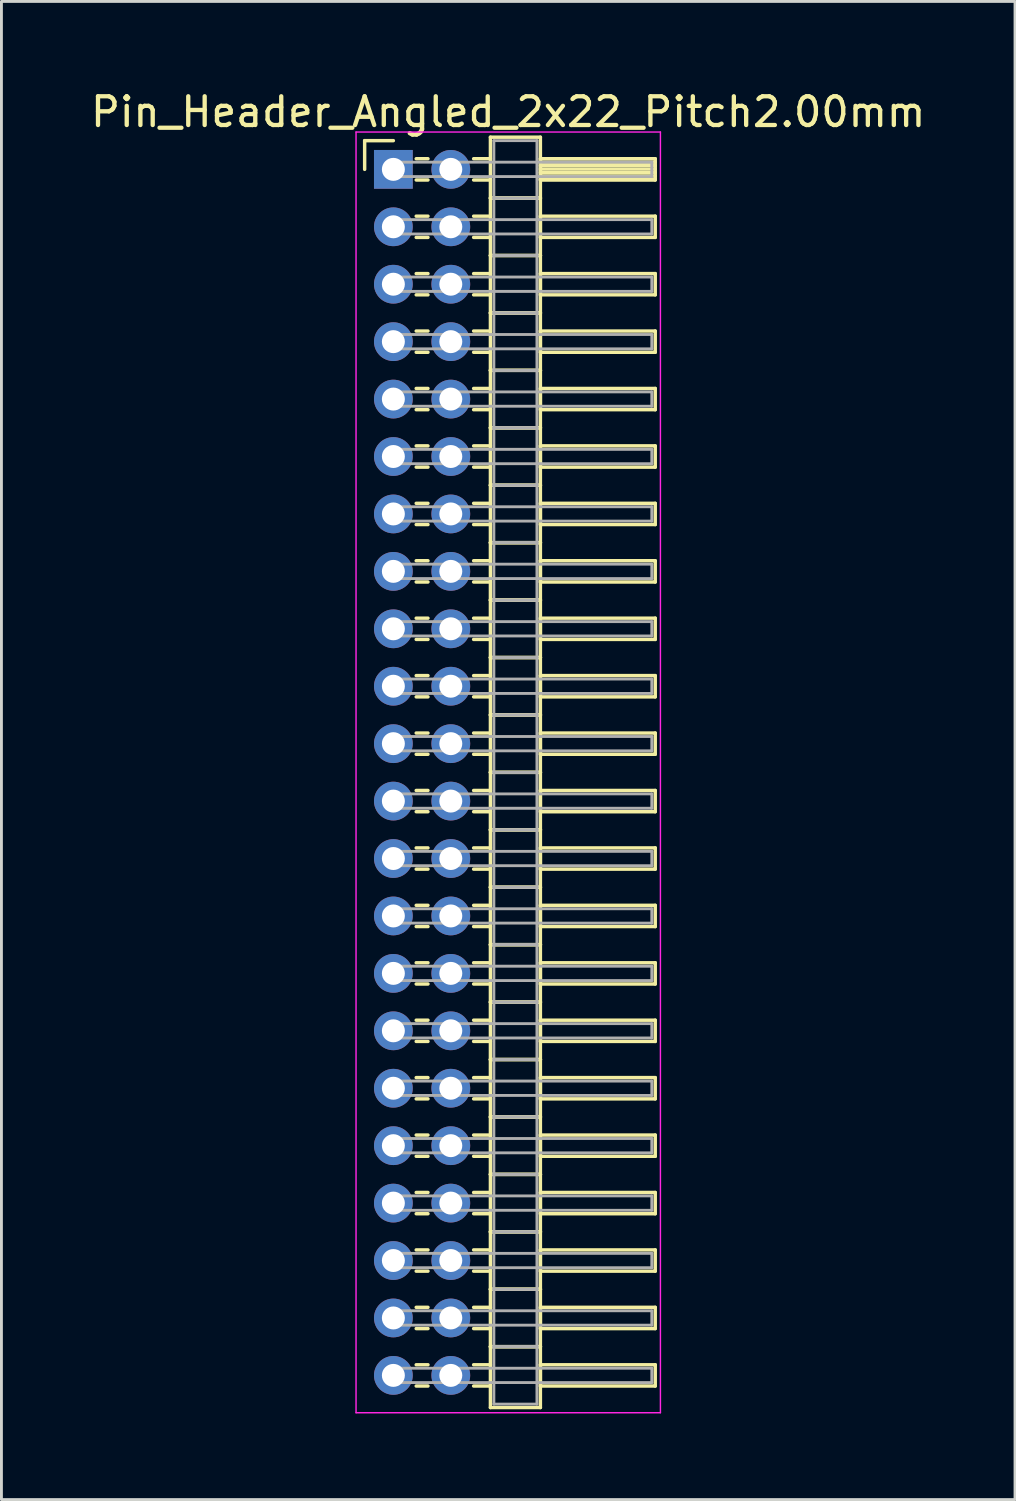
<source format=kicad_pcb>
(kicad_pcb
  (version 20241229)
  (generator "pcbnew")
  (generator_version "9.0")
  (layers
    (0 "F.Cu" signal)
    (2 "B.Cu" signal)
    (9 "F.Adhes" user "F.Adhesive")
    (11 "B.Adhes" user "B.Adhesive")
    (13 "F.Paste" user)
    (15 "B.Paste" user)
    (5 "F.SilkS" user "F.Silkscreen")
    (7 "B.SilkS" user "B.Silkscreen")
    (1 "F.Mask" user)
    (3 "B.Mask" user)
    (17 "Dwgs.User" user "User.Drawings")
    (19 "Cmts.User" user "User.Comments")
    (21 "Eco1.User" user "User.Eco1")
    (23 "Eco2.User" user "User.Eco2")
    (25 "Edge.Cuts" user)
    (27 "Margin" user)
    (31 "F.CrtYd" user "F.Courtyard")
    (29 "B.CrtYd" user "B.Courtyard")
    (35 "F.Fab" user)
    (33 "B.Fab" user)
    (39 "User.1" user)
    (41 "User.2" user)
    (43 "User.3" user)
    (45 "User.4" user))
  (footprint "Pin_Header_Angled_2x22_Pitch2.00mm"
    (layer "F.Cu")
    (at 10.649 2.848)
    (property "Reference" "Pin_Header_Angled_2x22_Pitch2.00mm" (at 4 -2 0) (layer "F.SilkS") (effects (font (size 1 1) (thickness 0.15))))
    (attr through_hole)
    (fp_line (start -1 -1) (end 0 -1) (stroke (width 0.12) (type solid)) (layer "F.SilkS"))
    (fp_line (start -1 0) (end -1 -1) (stroke (width 0.12) (type solid)) (layer "F.SilkS"))
    (fp_line (start 0.795 -0.37) (end 1.205 -0.37) (stroke (width 0.12) (type solid)) (layer "F.SilkS"))
    (fp_line (start 0.795 0.37) (end 1.205 0.37) (stroke (width 0.12) (type solid)) (layer "F.SilkS"))
    (fp_line (start 0.795 1.63) (end 1.205 1.63) (stroke (width 0.12) (type solid)) (layer "F.SilkS"))
    (fp_line (start 0.795 2.37) (end 1.205 2.37) (stroke (width 0.12) (type solid)) (layer "F.SilkS"))
    (fp_line (start 0.795 3.63) (end 1.205 3.63) (stroke (width 0.12) (type solid)) (layer "F.SilkS"))
    (fp_line (start 0.795 4.37) (end 1.205 4.37) (stroke (width 0.12) (type solid)) (layer "F.SilkS"))
    (fp_line (start 0.795 5.63) (end 1.205 5.63) (stroke (width 0.12) (type solid)) (layer "F.SilkS"))
    (fp_line (start 0.795 6.37) (end 1.205 6.37) (stroke (width 0.12) (type solid)) (layer "F.SilkS"))
    (fp_line (start 0.795 7.63) (end 1.205 7.63) (stroke (width 0.12) (type solid)) (layer "F.SilkS"))
    (fp_line (start 0.795 8.37) (end 1.205 8.37) (stroke (width 0.12) (type solid)) (layer "F.SilkS"))
    (fp_line (start 0.795 9.63) (end 1.205 9.63) (stroke (width 0.12) (type solid)) (layer "F.SilkS"))
    (fp_line (start 0.795 10.37) (end 1.205 10.37) (stroke (width 0.12) (type solid)) (layer "F.SilkS"))
    (fp_line (start 0.795 11.63) (end 1.205 11.63) (stroke (width 0.12) (type solid)) (layer "F.SilkS"))
    (fp_line (start 0.795 12.37) (end 1.205 12.37) (stroke (width 0.12) (type solid)) (layer "F.SilkS"))
    (fp_line (start 0.795 13.63) (end 1.205 13.63) (stroke (width 0.12) (type solid)) (layer "F.SilkS"))
    (fp_line (start 0.795 14.37) (end 1.205 14.37) (stroke (width 0.12) (type solid)) (layer "F.SilkS"))
    (fp_line (start 0.795 15.63) (end 1.205 15.63) (stroke (width 0.12) (type solid)) (layer "F.SilkS"))
    (fp_line (start 0.795 16.37) (end 1.205 16.37) (stroke (width 0.12) (type solid)) (layer "F.SilkS"))
    (fp_line (start 0.795 17.63) (end 1.205 17.63) (stroke (width 0.12) (type solid)) (layer "F.SilkS"))
    (fp_line (start 0.795 18.37) (end 1.205 18.37) (stroke (width 0.12) (type solid)) (layer "F.SilkS"))
    (fp_line (start 0.795 19.63) (end 1.205 19.63) (stroke (width 0.12) (type solid)) (layer "F.SilkS"))
    (fp_line (start 0.795 20.37) (end 1.205 20.37) (stroke (width 0.12) (type solid)) (layer "F.SilkS"))
    (fp_line (start 0.795 21.63) (end 1.205 21.63) (stroke (width 0.12) (type solid)) (layer "F.SilkS"))
    (fp_line (start 0.795 22.37) (end 1.205 22.37) (stroke (width 0.12) (type solid)) (layer "F.SilkS"))
    (fp_line (start 0.795 23.63) (end 1.205 23.63) (stroke (width 0.12) (type solid)) (layer "F.SilkS"))
    (fp_line (start 0.795 24.37) (end 1.205 24.37) (stroke (width 0.12) (type solid)) (layer "F.SilkS"))
    (fp_line (start 0.795 25.63) (end 1.205 25.63) (stroke (width 0.12) (type solid)) (layer "F.SilkS"))
    (fp_line (start 0.795 26.37) (end 1.205 26.37) (stroke (width 0.12) (type solid)) (layer "F.SilkS"))
    (fp_line (start 0.795 27.63) (end 1.205 27.63) (stroke (width 0.12) (type solid)) (layer "F.SilkS"))
    (fp_line (start 0.795 28.37) (end 1.205 28.37) (stroke (width 0.12) (type solid)) (layer "F.SilkS"))
    (fp_line (start 0.795 29.63) (end 1.205 29.63) (stroke (width 0.12) (type solid)) (layer "F.SilkS"))
    (fp_line (start 0.795 30.37) (end 1.205 30.37) (stroke (width 0.12) (type solid)) (layer "F.SilkS"))
    (fp_line (start 0.795 31.63) (end 1.205 31.63) (stroke (width 0.12) (type solid)) (layer "F.SilkS"))
    (fp_line (start 0.795 32.37) (end 1.205 32.37) (stroke (width 0.12) (type solid)) (layer "F.SilkS"))
    (fp_line (start 0.795 33.63) (end 1.205 33.63) (stroke (width 0.12) (type solid)) (layer "F.SilkS"))
    (fp_line (start 0.795 34.37) (end 1.205 34.37) (stroke (width 0.12) (type solid)) (layer "F.SilkS"))
    (fp_line (start 0.795 35.63) (end 1.205 35.63) (stroke (width 0.12) (type solid)) (layer "F.SilkS"))
    (fp_line (start 0.795 36.37) (end 1.205 36.37) (stroke (width 0.12) (type solid)) (layer "F.SilkS"))
    (fp_line (start 0.795 37.63) (end 1.205 37.63) (stroke (width 0.12) (type solid)) (layer "F.SilkS"))
    (fp_line (start 0.795 38.37) (end 1.205 38.37) (stroke (width 0.12) (type solid)) (layer "F.SilkS"))
    (fp_line (start 0.795 39.63) (end 1.205 39.63) (stroke (width 0.12) (type solid)) (layer "F.SilkS"))
    (fp_line (start 0.795 40.37) (end 1.205 40.37) (stroke (width 0.12) (type solid)) (layer "F.SilkS"))
    (fp_line (start 0.795 41.63) (end 1.205 41.63) (stroke (width 0.12) (type solid)) (layer "F.SilkS"))
    (fp_line (start 0.795 42.37) (end 1.205 42.37) (stroke (width 0.12) (type solid)) (layer "F.SilkS"))
    (fp_line (start 2.795 -0.37) (end 3.38 -0.37) (stroke (width 0.12) (type solid)) (layer "F.SilkS"))
    (fp_line (start 2.795 0.37) (end 3.38 0.37) (stroke (width 0.12) (type solid)) (layer "F.SilkS"))
    (fp_line (start 2.795 1.63) (end 3.38 1.63) (stroke (width 0.12) (type solid)) (layer "F.SilkS"))
    (fp_line (start 2.795 2.37) (end 3.38 2.37) (stroke (width 0.12) (type solid)) (layer "F.SilkS"))
    (fp_line (start 2.795 3.63) (end 3.38 3.63) (stroke (width 0.12) (type solid)) (layer "F.SilkS"))
    (fp_line (start 2.795 4.37) (end 3.38 4.37) (stroke (width 0.12) (type solid)) (layer "F.SilkS"))
    (fp_line (start 2.795 5.63) (end 3.38 5.63) (stroke (width 0.12) (type solid)) (layer "F.SilkS"))
    (fp_line (start 2.795 6.37) (end 3.38 6.37) (stroke (width 0.12) (type solid)) (layer "F.SilkS"))
    (fp_line (start 2.795 7.63) (end 3.38 7.63) (stroke (width 0.12) (type solid)) (layer "F.SilkS"))
    (fp_line (start 2.795 8.37) (end 3.38 8.37) (stroke (width 0.12) (type solid)) (layer "F.SilkS"))
    (fp_line (start 2.795 9.63) (end 3.38 9.63) (stroke (width 0.12) (type solid)) (layer "F.SilkS"))
    (fp_line (start 2.795 10.37) (end 3.38 10.37) (stroke (width 0.12) (type solid)) (layer "F.SilkS"))
    (fp_line (start 2.795 11.63) (end 3.38 11.63) (stroke (width 0.12) (type solid)) (layer "F.SilkS"))
    (fp_line (start 2.795 12.37) (end 3.38 12.37) (stroke (width 0.12) (type solid)) (layer "F.SilkS"))
    (fp_line (start 2.795 13.63) (end 3.38 13.63) (stroke (width 0.12) (type solid)) (layer "F.SilkS"))
    (fp_line (start 2.795 14.37) (end 3.38 14.37) (stroke (width 0.12) (type solid)) (layer "F.SilkS"))
    (fp_line (start 2.795 15.63) (end 3.38 15.63) (stroke (width 0.12) (type solid)) (layer "F.SilkS"))
    (fp_line (start 2.795 16.37) (end 3.38 16.37) (stroke (width 0.12) (type solid)) (layer "F.SilkS"))
    (fp_line (start 2.795 17.63) (end 3.38 17.63) (stroke (width 0.12) (type solid)) (layer "F.SilkS"))
    (fp_line (start 2.795 18.37) (end 3.38 18.37) (stroke (width 0.12) (type solid)) (layer "F.SilkS"))
    (fp_line (start 2.795 19.63) (end 3.38 19.63) (stroke (width 0.12) (type solid)) (layer "F.SilkS"))
    (fp_line (start 2.795 20.37) (end 3.38 20.37) (stroke (width 0.12) (type solid)) (layer "F.SilkS"))
    (fp_line (start 2.795 21.63) (end 3.38 21.63) (stroke (width 0.12) (type solid)) (layer "F.SilkS"))
    (fp_line (start 2.795 22.37) (end 3.38 22.37) (stroke (width 0.12) (type solid)) (layer "F.SilkS"))
    (fp_line (start 2.795 23.63) (end 3.38 23.63) (stroke (width 0.12) (type solid)) (layer "F.SilkS"))
    (fp_line (start 2.795 24.37) (end 3.38 24.37) (stroke (width 0.12) (type solid)) (layer "F.SilkS"))
    (fp_line (start 2.795 25.63) (end 3.38 25.63) (stroke (width 0.12) (type solid)) (layer "F.SilkS"))
    (fp_line (start 2.795 26.37) (end 3.38 26.37) (stroke (width 0.12) (type solid)) (layer "F.SilkS"))
    (fp_line (start 2.795 27.63) (end 3.38 27.63) (stroke (width 0.12) (type solid)) (layer "F.SilkS"))
    (fp_line (start 2.795 28.37) (end 3.38 28.37) (stroke (width 0.12) (type solid)) (layer "F.SilkS"))
    (fp_line (start 2.795 29.63) (end 3.38 29.63) (stroke (width 0.12) (type solid)) (layer "F.SilkS"))
    (fp_line (start 2.795 30.37) (end 3.38 30.37) (stroke (width 0.12) (type solid)) (layer "F.SilkS"))
    (fp_line (start 2.795 31.63) (end 3.38 31.63) (stroke (width 0.12) (type solid)) (layer "F.SilkS"))
    (fp_line (start 2.795 32.37) (end 3.38 32.37) (stroke (width 0.12) (type solid)) (layer "F.SilkS"))
    (fp_line (start 2.795 33.63) (end 3.38 33.63) (stroke (width 0.12) (type solid)) (layer "F.SilkS"))
    (fp_line (start 2.795 34.37) (end 3.38 34.37) (stroke (width 0.12) (type solid)) (layer "F.SilkS"))
    (fp_line (start 2.795 35.63) (end 3.38 35.63) (stroke (width 0.12) (type solid)) (layer "F.SilkS"))
    (fp_line (start 2.795 36.37) (end 3.38 36.37) (stroke (width 0.12) (type solid)) (layer "F.SilkS"))
    (fp_line (start 2.795 37.63) (end 3.38 37.63) (stroke (width 0.12) (type solid)) (layer "F.SilkS"))
    (fp_line (start 2.795 38.37) (end 3.38 38.37) (stroke (width 0.12) (type solid)) (layer "F.SilkS"))
    (fp_line (start 2.795 39.63) (end 3.38 39.63) (stroke (width 0.12) (type solid)) (layer "F.SilkS"))
    (fp_line (start 2.795 40.37) (end 3.38 40.37) (stroke (width 0.12) (type solid)) (layer "F.SilkS"))
    (fp_line (start 2.795 41.63) (end 3.38 41.63) (stroke (width 0.12) (type solid)) (layer "F.SilkS"))
    (fp_line (start 2.795 42.37) (end 3.38 42.37) (stroke (width 0.12) (type solid)) (layer "F.SilkS"))
    (fp_line (start 3.38 -1.12) (end 3.38 1) (stroke (width 0.12) (type solid)) (layer "F.SilkS"))
    (fp_line (start 3.38 1) (end 3.38 3) (stroke (width 0.12) (type solid)) (layer "F.SilkS"))
    (fp_line (start 3.38 1) (end 5.12 1) (stroke (width 0.12) (type solid)) (layer "F.SilkS"))
    (fp_line (start 3.38 3) (end 3.38 5) (stroke (width 0.12) (type solid)) (layer "F.SilkS"))
    (fp_line (start 3.38 3) (end 5.12 3) (stroke (width 0.12) (type solid)) (layer "F.SilkS"))
    (fp_line (start 3.38 5) (end 3.38 7) (stroke (width 0.12) (type solid)) (layer "F.SilkS"))
    (fp_line (start 3.38 5) (end 5.12 5) (stroke (width 0.12) (type solid)) (layer "F.SilkS"))
    (fp_line (start 3.38 7) (end 3.38 9) (stroke (width 0.12) (type solid)) (layer "F.SilkS"))
    (fp_line (start 3.38 7) (end 5.12 7) (stroke (width 0.12) (type solid)) (layer "F.SilkS"))
    (fp_line (start 3.38 9) (end 3.38 11) (stroke (width 0.12) (type solid)) (layer "F.SilkS"))
    (fp_line (start 3.38 9) (end 5.12 9) (stroke (width 0.12) (type solid)) (layer "F.SilkS"))
    (fp_line (start 3.38 11) (end 3.38 13) (stroke (width 0.12) (type solid)) (layer "F.SilkS"))
    (fp_line (start 3.38 11) (end 5.12 11) (stroke (width 0.12) (type solid)) (layer "F.SilkS"))
    (fp_line (start 3.38 13) (end 3.38 15) (stroke (width 0.12) (type solid)) (layer "F.SilkS"))
    (fp_line (start 3.38 13) (end 5.12 13) (stroke (width 0.12) (type solid)) (layer "F.SilkS"))
    (fp_line (start 3.38 15) (end 3.38 17) (stroke (width 0.12) (type solid)) (layer "F.SilkS"))
    (fp_line (start 3.38 15) (end 5.12 15) (stroke (width 0.12) (type solid)) (layer "F.SilkS"))
    (fp_line (start 3.38 17) (end 3.38 19) (stroke (width 0.12) (type solid)) (layer "F.SilkS"))
    (fp_line (start 3.38 17) (end 5.12 17) (stroke (width 0.12) (type solid)) (layer "F.SilkS"))
    (fp_line (start 3.38 19) (end 3.38 21) (stroke (width 0.12) (type solid)) (layer "F.SilkS"))
    (fp_line (start 3.38 19) (end 5.12 19) (stroke (width 0.12) (type solid)) (layer "F.SilkS"))
    (fp_line (start 3.38 21) (end 3.38 23) (stroke (width 0.12) (type solid)) (layer "F.SilkS"))
    (fp_line (start 3.38 21) (end 5.12 21) (stroke (width 0.12) (type solid)) (layer "F.SilkS"))
    (fp_line (start 3.38 23) (end 3.38 25) (stroke (width 0.12) (type solid)) (layer "F.SilkS"))
    (fp_line (start 3.38 23) (end 5.12 23) (stroke (width 0.12) (type solid)) (layer "F.SilkS"))
    (fp_line (start 3.38 25) (end 3.38 27) (stroke (width 0.12) (type solid)) (layer "F.SilkS"))
    (fp_line (start 3.38 25) (end 5.12 25) (stroke (width 0.12) (type solid)) (layer "F.SilkS"))
    (fp_line (start 3.38 27) (end 3.38 29) (stroke (width 0.12) (type solid)) (layer "F.SilkS"))
    (fp_line (start 3.38 27) (end 5.12 27) (stroke (width 0.12) (type solid)) (layer "F.SilkS"))
    (fp_line (start 3.38 29) (end 3.38 31) (stroke (width 0.12) (type solid)) (layer "F.SilkS"))
    (fp_line (start 3.38 29) (end 5.12 29) (stroke (width 0.12) (type solid)) (layer "F.SilkS"))
    (fp_line (start 3.38 31) (end 3.38 33) (stroke (width 0.12) (type solid)) (layer "F.SilkS"))
    (fp_line (start 3.38 31) (end 5.12 31) (stroke (width 0.12) (type solid)) (layer "F.SilkS"))
    (fp_line (start 3.38 33) (end 3.38 35) (stroke (width 0.12) (type solid)) (layer "F.SilkS"))
    (fp_line (start 3.38 33) (end 5.12 33) (stroke (width 0.12) (type solid)) (layer "F.SilkS"))
    (fp_line (start 3.38 35) (end 3.38 37) (stroke (width 0.12) (type solid)) (layer "F.SilkS"))
    (fp_line (start 3.38 35) (end 5.12 35) (stroke (width 0.12) (type solid)) (layer "F.SilkS"))
    (fp_line (start 3.38 37) (end 3.38 39) (stroke (width 0.12) (type solid)) (layer "F.SilkS"))
    (fp_line (start 3.38 37) (end 5.12 37) (stroke (width 0.12) (type solid)) (layer "F.SilkS"))
    (fp_line (start 3.38 39) (end 3.38 41) (stroke (width 0.12) (type solid)) (layer "F.SilkS"))
    (fp_line (start 3.38 39) (end 5.12 39) (stroke (width 0.12) (type solid)) (layer "F.SilkS"))
    (fp_line (start 3.38 41) (end 3.38 43.12) (stroke (width 0.12) (type solid)) (layer "F.SilkS"))
    (fp_line (start 3.38 41) (end 5.12 41) (stroke (width 0.12) (type solid)) (layer "F.SilkS"))
    (fp_line (start 3.38 43.12) (end 5.12 43.12) (stroke (width 0.12) (type solid)) (layer "F.SilkS"))
    (fp_line (start 5.12 -1.12) (end 3.38 -1.12) (stroke (width 0.12) (type solid)) (layer "F.SilkS"))
    (fp_line (start 5.12 -0.37) (end 5.12 0.37) (stroke (width 0.12) (type solid)) (layer "F.SilkS"))
    (fp_line (start 5.12 -0.25) (end 9.12 -0.25) (stroke (width 0.12) (type solid)) (layer "F.SilkS"))
    (fp_line (start 5.12 -0.13) (end 9.12 -0.13) (stroke (width 0.12) (type solid)) (layer "F.SilkS"))
    (fp_line (start 5.12 -0.01) (end 9.12 -0.01) (stroke (width 0.12) (type solid)) (layer "F.SilkS"))
    (fp_line (start 5.12 0.11) (end 9.12 0.11) (stroke (width 0.12) (type solid)) (layer "F.SilkS"))
    (fp_line (start 5.12 0.23) (end 9.12 0.23) (stroke (width 0.12) (type solid)) (layer "F.SilkS"))
    (fp_line (start 5.12 0.35) (end 9.12 0.35) (stroke (width 0.12) (type solid)) (layer "F.SilkS"))
    (fp_line (start 5.12 0.37) (end 9.12 0.37) (stroke (width 0.12) (type solid)) (layer "F.SilkS"))
    (fp_line (start 5.12 1) (end 3.38 1) (stroke (width 0.12) (type solid)) (layer "F.SilkS"))
    (fp_line (start 5.12 1) (end 5.12 -1.12) (stroke (width 0.12) (type solid)) (layer "F.SilkS"))
    (fp_line (start 5.12 1.63) (end 5.12 2.37) (stroke (width 0.12) (type solid)) (layer "F.SilkS"))
    (fp_line (start 5.12 2.37) (end 9.12 2.37) (stroke (width 0.12) (type solid)) (layer "F.SilkS"))
    (fp_line (start 5.12 3) (end 3.38 3) (stroke (width 0.12) (type solid)) (layer "F.SilkS"))
    (fp_line (start 5.12 3) (end 5.12 1) (stroke (width 0.12) (type solid)) (layer "F.SilkS"))
    (fp_line (start 5.12 3.63) (end 5.12 4.37) (stroke (width 0.12) (type solid)) (layer "F.SilkS"))
    (fp_line (start 5.12 4.37) (end 9.12 4.37) (stroke (width 0.12) (type solid)) (layer "F.SilkS"))
    (fp_line (start 5.12 5) (end 3.38 5) (stroke (width 0.12) (type solid)) (layer "F.SilkS"))
    (fp_line (start 5.12 5) (end 5.12 3) (stroke (width 0.12) (type solid)) (layer "F.SilkS"))
    (fp_line (start 5.12 5.63) (end 5.12 6.37) (stroke (width 0.12) (type solid)) (layer "F.SilkS"))
    (fp_line (start 5.12 6.37) (end 9.12 6.37) (stroke (width 0.12) (type solid)) (layer "F.SilkS"))
    (fp_line (start 5.12 7) (end 3.38 7) (stroke (width 0.12) (type solid)) (layer "F.SilkS"))
    (fp_line (start 5.12 7) (end 5.12 5) (stroke (width 0.12) (type solid)) (layer "F.SilkS"))
    (fp_line (start 5.12 7.63) (end 5.12 8.37) (stroke (width 0.12) (type solid)) (layer "F.SilkS"))
    (fp_line (start 5.12 8.37) (end 9.12 8.37) (stroke (width 0.12) (type solid)) (layer "F.SilkS"))
    (fp_line (start 5.12 9) (end 3.38 9) (stroke (width 0.12) (type solid)) (layer "F.SilkS"))
    (fp_line (start 5.12 9) (end 5.12 7) (stroke (width 0.12) (type solid)) (layer "F.SilkS"))
    (fp_line (start 5.12 9.63) (end 5.12 10.37) (stroke (width 0.12) (type solid)) (layer "F.SilkS"))
    (fp_line (start 5.12 10.37) (end 9.12 10.37) (stroke (width 0.12) (type solid)) (layer "F.SilkS"))
    (fp_line (start 5.12 11) (end 3.38 11) (stroke (width 0.12) (type solid)) (layer "F.SilkS"))
    (fp_line (start 5.12 11) (end 5.12 9) (stroke (width 0.12) (type solid)) (layer "F.SilkS"))
    (fp_line (start 5.12 11.63) (end 5.12 12.37) (stroke (width 0.12) (type solid)) (layer "F.SilkS"))
    (fp_line (start 5.12 12.37) (end 9.12 12.37) (stroke (width 0.12) (type solid)) (layer "F.SilkS"))
    (fp_line (start 5.12 13) (end 3.38 13) (stroke (width 0.12) (type solid)) (layer "F.SilkS"))
    (fp_line (start 5.12 13) (end 5.12 11) (stroke (width 0.12) (type solid)) (layer "F.SilkS"))
    (fp_line (start 5.12 13.63) (end 5.12 14.37) (stroke (width 0.12) (type solid)) (layer "F.SilkS"))
    (fp_line (start 5.12 14.37) (end 9.12 14.37) (stroke (width 0.12) (type solid)) (layer "F.SilkS"))
    (fp_line (start 5.12 15) (end 3.38 15) (stroke (width 0.12) (type solid)) (layer "F.SilkS"))
    (fp_line (start 5.12 15) (end 5.12 13) (stroke (width 0.12) (type solid)) (layer "F.SilkS"))
    (fp_line (start 5.12 15.63) (end 5.12 16.37) (stroke (width 0.12) (type solid)) (layer "F.SilkS"))
    (fp_line (start 5.12 16.37) (end 9.12 16.37) (stroke (width 0.12) (type solid)) (layer "F.SilkS"))
    (fp_line (start 5.12 17) (end 3.38 17) (stroke (width 0.12) (type solid)) (layer "F.SilkS"))
    (fp_line (start 5.12 17) (end 5.12 15) (stroke (width 0.12) (type solid)) (layer "F.SilkS"))
    (fp_line (start 5.12 17.63) (end 5.12 18.37) (stroke (width 0.12) (type solid)) (layer "F.SilkS"))
    (fp_line (start 5.12 18.37) (end 9.12 18.37) (stroke (width 0.12) (type solid)) (layer "F.SilkS"))
    (fp_line (start 5.12 19) (end 3.38 19) (stroke (width 0.12) (type solid)) (layer "F.SilkS"))
    (fp_line (start 5.12 19) (end 5.12 17) (stroke (width 0.12) (type solid)) (layer "F.SilkS"))
    (fp_line (start 5.12 19.63) (end 5.12 20.37) (stroke (width 0.12) (type solid)) (layer "F.SilkS"))
    (fp_line (start 5.12 20.37) (end 9.12 20.37) (stroke (width 0.12) (type solid)) (layer "F.SilkS"))
    (fp_line (start 5.12 21) (end 3.38 21) (stroke (width 0.12) (type solid)) (layer "F.SilkS"))
    (fp_line (start 5.12 21) (end 5.12 19) (stroke (width 0.12) (type solid)) (layer "F.SilkS"))
    (fp_line (start 5.12 21.63) (end 5.12 22.37) (stroke (width 0.12) (type solid)) (layer "F.SilkS"))
    (fp_line (start 5.12 22.37) (end 9.12 22.37) (stroke (width 0.12) (type solid)) (layer "F.SilkS"))
    (fp_line (start 5.12 23) (end 3.38 23) (stroke (width 0.12) (type solid)) (layer "F.SilkS"))
    (fp_line (start 5.12 23) (end 5.12 21) (stroke (width 0.12) (type solid)) (layer "F.SilkS"))
    (fp_line (start 5.12 23.63) (end 5.12 24.37) (stroke (width 0.12) (type solid)) (layer "F.SilkS"))
    (fp_line (start 5.12 24.37) (end 9.12 24.37) (stroke (width 0.12) (type solid)) (layer "F.SilkS"))
    (fp_line (start 5.12 25) (end 3.38 25) (stroke (width 0.12) (type solid)) (layer "F.SilkS"))
    (fp_line (start 5.12 25) (end 5.12 23) (stroke (width 0.12) (type solid)) (layer "F.SilkS"))
    (fp_line (start 5.12 25.63) (end 5.12 26.37) (stroke (width 0.12) (type solid)) (layer "F.SilkS"))
    (fp_line (start 5.12 26.37) (end 9.12 26.37) (stroke (width 0.12) (type solid)) (layer "F.SilkS"))
    (fp_line (start 5.12 27) (end 3.38 27) (stroke (width 0.12) (type solid)) (layer "F.SilkS"))
    (fp_line (start 5.12 27) (end 5.12 25) (stroke (width 0.12) (type solid)) (layer "F.SilkS"))
    (fp_line (start 5.12 27.63) (end 5.12 28.37) (stroke (width 0.12) (type solid)) (layer "F.SilkS"))
    (fp_line (start 5.12 28.37) (end 9.12 28.37) (stroke (width 0.12) (type solid)) (layer "F.SilkS"))
    (fp_line (start 5.12 29) (end 3.38 29) (stroke (width 0.12) (type solid)) (layer "F.SilkS"))
    (fp_line (start 5.12 29) (end 5.12 27) (stroke (width 0.12) (type solid)) (layer "F.SilkS"))
    (fp_line (start 5.12 29.63) (end 5.12 30.37) (stroke (width 0.12) (type solid)) (layer "F.SilkS"))
    (fp_line (start 5.12 30.37) (end 9.12 30.37) (stroke (width 0.12) (type solid)) (layer "F.SilkS"))
    (fp_line (start 5.12 31) (end 3.38 31) (stroke (width 0.12) (type solid)) (layer "F.SilkS"))
    (fp_line (start 5.12 31) (end 5.12 29) (stroke (width 0.12) (type solid)) (layer "F.SilkS"))
    (fp_line (start 5.12 31.63) (end 5.12 32.37) (stroke (width 0.12) (type solid)) (layer "F.SilkS"))
    (fp_line (start 5.12 32.37) (end 9.12 32.37) (stroke (width 0.12) (type solid)) (layer "F.SilkS"))
    (fp_line (start 5.12 33) (end 3.38 33) (stroke (width 0.12) (type solid)) (layer "F.SilkS"))
    (fp_line (start 5.12 33) (end 5.12 31) (stroke (width 0.12) (type solid)) (layer "F.SilkS"))
    (fp_line (start 5.12 33.63) (end 5.12 34.37) (stroke (width 0.12) (type solid)) (layer "F.SilkS"))
    (fp_line (start 5.12 34.37) (end 9.12 34.37) (stroke (width 0.12) (type solid)) (layer "F.SilkS"))
    (fp_line (start 5.12 35) (end 3.38 35) (stroke (width 0.12) (type solid)) (layer "F.SilkS"))
    (fp_line (start 5.12 35) (end 5.12 33) (stroke (width 0.12) (type solid)) (layer "F.SilkS"))
    (fp_line (start 5.12 35.63) (end 5.12 36.37) (stroke (width 0.12) (type solid)) (layer "F.SilkS"))
    (fp_line (start 5.12 36.37) (end 9.12 36.37) (stroke (width 0.12) (type solid)) (layer "F.SilkS"))
    (fp_line (start 5.12 37) (end 3.38 37) (stroke (width 0.12) (type solid)) (layer "F.SilkS"))
    (fp_line (start 5.12 37) (end 5.12 35) (stroke (width 0.12) (type solid)) (layer "F.SilkS"))
    (fp_line (start 5.12 37.63) (end 5.12 38.37) (stroke (width 0.12) (type solid)) (layer "F.SilkS"))
    (fp_line (start 5.12 38.37) (end 9.12 38.37) (stroke (width 0.12) (type solid)) (layer "F.SilkS"))
    (fp_line (start 5.12 39) (end 3.38 39) (stroke (width 0.12) (type solid)) (layer "F.SilkS"))
    (fp_line (start 5.12 39) (end 5.12 37) (stroke (width 0.12) (type solid)) (layer "F.SilkS"))
    (fp_line (start 5.12 39.63) (end 5.12 40.37) (stroke (width 0.12) (type solid)) (layer "F.SilkS"))
    (fp_line (start 5.12 40.37) (end 9.12 40.37) (stroke (width 0.12) (type solid)) (layer "F.SilkS"))
    (fp_line (start 5.12 41) (end 3.38 41) (stroke (width 0.12) (type solid)) (layer "F.SilkS"))
    (fp_line (start 5.12 41) (end 5.12 39) (stroke (width 0.12) (type solid)) (layer "F.SilkS"))
    (fp_line (start 5.12 41.63) (end 5.12 42.37) (stroke (width 0.12) (type solid)) (layer "F.SilkS"))
    (fp_line (start 5.12 42.37) (end 9.12 42.37) (stroke (width 0.12) (type solid)) (layer "F.SilkS"))
    (fp_line (start 5.12 43.12) (end 5.12 41) (stroke (width 0.12) (type solid)) (layer "F.SilkS"))
    (fp_line (start 9.12 -0.37) (end 5.12 -0.37) (stroke (width 0.12) (type solid)) (layer "F.SilkS"))
    (fp_line (start 9.12 0.37) (end 9.12 -0.37) (stroke (width 0.12) (type solid)) (layer "F.SilkS"))
    (fp_line (start 9.12 1.63) (end 5.12 1.63) (stroke (width 0.12) (type solid)) (layer "F.SilkS"))
    (fp_line (start 9.12 2.37) (end 9.12 1.63) (stroke (width 0.12) (type solid)) (layer "F.SilkS"))
    (fp_line (start 9.12 3.63) (end 5.12 3.63) (stroke (width 0.12) (type solid)) (layer "F.SilkS"))
    (fp_line (start 9.12 4.37) (end 9.12 3.63) (stroke (width 0.12) (type solid)) (layer "F.SilkS"))
    (fp_line (start 9.12 5.63) (end 5.12 5.63) (stroke (width 0.12) (type solid)) (layer "F.SilkS"))
    (fp_line (start 9.12 6.37) (end 9.12 5.63) (stroke (width 0.12) (type solid)) (layer "F.SilkS"))
    (fp_line (start 9.12 7.63) (end 5.12 7.63) (stroke (width 0.12) (type solid)) (layer "F.SilkS"))
    (fp_line (start 9.12 8.37) (end 9.12 7.63) (stroke (width 0.12) (type solid)) (layer "F.SilkS"))
    (fp_line (start 9.12 9.63) (end 5.12 9.63) (stroke (width 0.12) (type solid)) (layer "F.SilkS"))
    (fp_line (start 9.12 10.37) (end 9.12 9.63) (stroke (width 0.12) (type solid)) (layer "F.SilkS"))
    (fp_line (start 9.12 11.63) (end 5.12 11.63) (stroke (width 0.12) (type solid)) (layer "F.SilkS"))
    (fp_line (start 9.12 12.37) (end 9.12 11.63) (stroke (width 0.12) (type solid)) (layer "F.SilkS"))
    (fp_line (start 9.12 13.63) (end 5.12 13.63) (stroke (width 0.12) (type solid)) (layer "F.SilkS"))
    (fp_line (start 9.12 14.37) (end 9.12 13.63) (stroke (width 0.12) (type solid)) (layer "F.SilkS"))
    (fp_line (start 9.12 15.63) (end 5.12 15.63) (stroke (width 0.12) (type solid)) (layer "F.SilkS"))
    (fp_line (start 9.12 16.37) (end 9.12 15.63) (stroke (width 0.12) (type solid)) (layer "F.SilkS"))
    (fp_line (start 9.12 17.63) (end 5.12 17.63) (stroke (width 0.12) (type solid)) (layer "F.SilkS"))
    (fp_line (start 9.12 18.37) (end 9.12 17.63) (stroke (width 0.12) (type solid)) (layer "F.SilkS"))
    (fp_line (start 9.12 19.63) (end 5.12 19.63) (stroke (width 0.12) (type solid)) (layer "F.SilkS"))
    (fp_line (start 9.12 20.37) (end 9.12 19.63) (stroke (width 0.12) (type solid)) (layer "F.SilkS"))
    (fp_line (start 9.12 21.63) (end 5.12 21.63) (stroke (width 0.12) (type solid)) (layer "F.SilkS"))
    (fp_line (start 9.12 22.37) (end 9.12 21.63) (stroke (width 0.12) (type solid)) (layer "F.SilkS"))
    (fp_line (start 9.12 23.63) (end 5.12 23.63) (stroke (width 0.12) (type solid)) (layer "F.SilkS"))
    (fp_line (start 9.12 24.37) (end 9.12 23.63) (stroke (width 0.12) (type solid)) (layer "F.SilkS"))
    (fp_line (start 9.12 25.63) (end 5.12 25.63) (stroke (width 0.12) (type solid)) (layer "F.SilkS"))
    (fp_line (start 9.12 26.37) (end 9.12 25.63) (stroke (width 0.12) (type solid)) (layer "F.SilkS"))
    (fp_line (start 9.12 27.63) (end 5.12 27.63) (stroke (width 0.12) (type solid)) (layer "F.SilkS"))
    (fp_line (start 9.12 28.37) (end 9.12 27.63) (stroke (width 0.12) (type solid)) (layer "F.SilkS"))
    (fp_line (start 9.12 29.63) (end 5.12 29.63) (stroke (width 0.12) (type solid)) (layer "F.SilkS"))
    (fp_line (start 9.12 30.37) (end 9.12 29.63) (stroke (width 0.12) (type solid)) (layer "F.SilkS"))
    (fp_line (start 9.12 31.63) (end 5.12 31.63) (stroke (width 0.12) (type solid)) (layer "F.SilkS"))
    (fp_line (start 9.12 32.37) (end 9.12 31.63) (stroke (width 0.12) (type solid)) (layer "F.SilkS"))
    (fp_line (start 9.12 33.63) (end 5.12 33.63) (stroke (width 0.12) (type solid)) (layer "F.SilkS"))
    (fp_line (start 9.12 34.37) (end 9.12 33.63) (stroke (width 0.12) (type solid)) (layer "F.SilkS"))
    (fp_line (start 9.12 35.63) (end 5.12 35.63) (stroke (width 0.12) (type solid)) (layer "F.SilkS"))
    (fp_line (start 9.12 36.37) (end 9.12 35.63) (stroke (width 0.12) (type solid)) (layer "F.SilkS"))
    (fp_line (start 9.12 37.63) (end 5.12 37.63) (stroke (width 0.12) (type solid)) (layer "F.SilkS"))
    (fp_line (start 9.12 38.37) (end 9.12 37.63) (stroke (width 0.12) (type solid)) (layer "F.SilkS"))
    (fp_line (start 9.12 39.63) (end 5.12 39.63) (stroke (width 0.12) (type solid)) (layer "F.SilkS"))
    (fp_line (start 9.12 40.37) (end 9.12 39.63) (stroke (width 0.12) (type solid)) (layer "F.SilkS"))
    (fp_line (start 9.12 41.63) (end 5.12 41.63) (stroke (width 0.12) (type solid)) (layer "F.SilkS"))
    (fp_line (start 9.12 42.37) (end 9.12 41.63) (stroke (width 0.12) (type solid)) (layer "F.SilkS"))
    (fp_line (start -1.3 -1.3) (end -1.3 43.3) (stroke (width 0.05) (type solid)) (layer "F.CrtYd"))
    (fp_line (start -1.3 43.3) (end 9.3 43.3) (stroke (width 0.05) (type solid)) (layer "F.CrtYd"))
    (fp_line (start 9.3 -1.3) (end -1.3 -1.3) (stroke (width 0.05) (type solid)) (layer "F.CrtYd"))
    (fp_line (start 9.3 43.3) (end 9.3 -1.3) (stroke (width 0.05) (type solid)) (layer "F.CrtYd"))
    (fp_line (start 0 -0.25) (end 0 0.25) (stroke (width 0.1) (type solid)) (layer "F.Fab"))
    (fp_line (start 0 0.25) (end 9 0.25) (stroke (width 0.1) (type solid)) (layer "F.Fab"))
    (fp_line (start 0 1.75) (end 0 2.25) (stroke (width 0.1) (type solid)) (layer "F.Fab"))
    (fp_line (start 0 2.25) (end 9 2.25) (stroke (width 0.1) (type solid)) (layer "F.Fab"))
    (fp_line (start 0 3.75) (end 0 4.25) (stroke (width 0.1) (type solid)) (layer "F.Fab"))
    (fp_line (start 0 4.25) (end 9 4.25) (stroke (width 0.1) (type solid)) (layer "F.Fab"))
    (fp_line (start 0 5.75) (end 0 6.25) (stroke (width 0.1) (type solid)) (layer "F.Fab"))
    (fp_line (start 0 6.25) (end 9 6.25) (stroke (width 0.1) (type solid)) (layer "F.Fab"))
    (fp_line (start 0 7.75) (end 0 8.25) (stroke (width 0.1) (type solid)) (layer "F.Fab"))
    (fp_line (start 0 8.25) (end 9 8.25) (stroke (width 0.1) (type solid)) (layer "F.Fab"))
    (fp_line (start 0 9.75) (end 0 10.25) (stroke (width 0.1) (type solid)) (layer "F.Fab"))
    (fp_line (start 0 10.25) (end 9 10.25) (stroke (width 0.1) (type solid)) (layer "F.Fab"))
    (fp_line (start 0 11.75) (end 0 12.25) (stroke (width 0.1) (type solid)) (layer "F.Fab"))
    (fp_line (start 0 12.25) (end 9 12.25) (stroke (width 0.1) (type solid)) (layer "F.Fab"))
    (fp_line (start 0 13.75) (end 0 14.25) (stroke (width 0.1) (type solid)) (layer "F.Fab"))
    (fp_line (start 0 14.25) (end 9 14.25) (stroke (width 0.1) (type solid)) (layer "F.Fab"))
    (fp_line (start 0 15.75) (end 0 16.25) (stroke (width 0.1) (type solid)) (layer "F.Fab"))
    (fp_line (start 0 16.25) (end 9 16.25) (stroke (width 0.1) (type solid)) (layer "F.Fab"))
    (fp_line (start 0 17.75) (end 0 18.25) (stroke (width 0.1) (type solid)) (layer "F.Fab"))
    (fp_line (start 0 18.25) (end 9 18.25) (stroke (width 0.1) (type solid)) (layer "F.Fab"))
    (fp_line (start 0 19.75) (end 0 20.25) (stroke (width 0.1) (type solid)) (layer "F.Fab"))
    (fp_line (start 0 20.25) (end 9 20.25) (stroke (width 0.1) (type solid)) (layer "F.Fab"))
    (fp_line (start 0 21.75) (end 0 22.25) (stroke (width 0.1) (type solid)) (layer "F.Fab"))
    (fp_line (start 0 22.25) (end 9 22.25) (stroke (width 0.1) (type solid)) (layer "F.Fab"))
    (fp_line (start 0 23.75) (end 0 24.25) (stroke (width 0.1) (type solid)) (layer "F.Fab"))
    (fp_line (start 0 24.25) (end 9 24.25) (stroke (width 0.1) (type solid)) (layer "F.Fab"))
    (fp_line (start 0 25.75) (end 0 26.25) (stroke (width 0.1) (type solid)) (layer "F.Fab"))
    (fp_line (start 0 26.25) (end 9 26.25) (stroke (width 0.1) (type solid)) (layer "F.Fab"))
    (fp_line (start 0 27.75) (end 0 28.25) (stroke (width 0.1) (type solid)) (layer "F.Fab"))
    (fp_line (start 0 28.25) (end 9 28.25) (stroke (width 0.1) (type solid)) (layer "F.Fab"))
    (fp_line (start 0 29.75) (end 0 30.25) (stroke (width 0.1) (type solid)) (layer "F.Fab"))
    (fp_line (start 0 30.25) (end 9 30.25) (stroke (width 0.1) (type solid)) (layer "F.Fab"))
    (fp_line (start 0 31.75) (end 0 32.25) (stroke (width 0.1) (type solid)) (layer "F.Fab"))
    (fp_line (start 0 32.25) (end 9 32.25) (stroke (width 0.1) (type solid)) (layer "F.Fab"))
    (fp_line (start 0 33.75) (end 0 34.25) (stroke (width 0.1) (type solid)) (layer "F.Fab"))
    (fp_line (start 0 34.25) (end 9 34.25) (stroke (width 0.1) (type solid)) (layer "F.Fab"))
    (fp_line (start 0 35.75) (end 0 36.25) (stroke (width 0.1) (type solid)) (layer "F.Fab"))
    (fp_line (start 0 36.25) (end 9 36.25) (stroke (width 0.1) (type solid)) (layer "F.Fab"))
    (fp_line (start 0 37.75) (end 0 38.25) (stroke (width 0.1) (type solid)) (layer "F.Fab"))
    (fp_line (start 0 38.25) (end 9 38.25) (stroke (width 0.1) (type solid)) (layer "F.Fab"))
    (fp_line (start 0 39.75) (end 0 40.25) (stroke (width 0.1) (type solid)) (layer "F.Fab"))
    (fp_line (start 0 40.25) (end 9 40.25) (stroke (width 0.1) (type solid)) (layer "F.Fab"))
    (fp_line (start 0 41.75) (end 0 42.25) (stroke (width 0.1) (type solid)) (layer "F.Fab"))
    (fp_line (start 0 42.25) (end 9 42.25) (stroke (width 0.1) (type solid)) (layer "F.Fab"))
    (fp_line (start 3.5 -1) (end 3.5 1) (stroke (width 0.1) (type solid)) (layer "F.Fab"))
    (fp_line (start 3.5 1) (end 3.5 3) (stroke (width 0.1) (type solid)) (layer "F.Fab"))
    (fp_line (start 3.5 1) (end 5 1) (stroke (width 0.1) (type solid)) (layer "F.Fab"))
    (fp_line (start 3.5 3) (end 3.5 5) (stroke (width 0.1) (type solid)) (layer "F.Fab"))
    (fp_line (start 3.5 3) (end 5 3) (stroke (width 0.1) (type solid)) (layer "F.Fab"))
    (fp_line (start 3.5 5) (end 3.5 7) (stroke (width 0.1) (type solid)) (layer "F.Fab"))
    (fp_line (start 3.5 5) (end 5 5) (stroke (width 0.1) (type solid)) (layer "F.Fab"))
    (fp_line (start 3.5 7) (end 3.5 9) (stroke (width 0.1) (type solid)) (layer "F.Fab"))
    (fp_line (start 3.5 7) (end 5 7) (stroke (width 0.1) (type solid)) (layer "F.Fab"))
    (fp_line (start 3.5 9) (end 3.5 11) (stroke (width 0.1) (type solid)) (layer "F.Fab"))
    (fp_line (start 3.5 9) (end 5 9) (stroke (width 0.1) (type solid)) (layer "F.Fab"))
    (fp_line (start 3.5 11) (end 3.5 13) (stroke (width 0.1) (type solid)) (layer "F.Fab"))
    (fp_line (start 3.5 11) (end 5 11) (stroke (width 0.1) (type solid)) (layer "F.Fab"))
    (fp_line (start 3.5 13) (end 3.5 15) (stroke (width 0.1) (type solid)) (layer "F.Fab"))
    (fp_line (start 3.5 13) (end 5 13) (stroke (width 0.1) (type solid)) (layer "F.Fab"))
    (fp_line (start 3.5 15) (end 3.5 17) (stroke (width 0.1) (type solid)) (layer "F.Fab"))
    (fp_line (start 3.5 15) (end 5 15) (stroke (width 0.1) (type solid)) (layer "F.Fab"))
    (fp_line (start 3.5 17) (end 3.5 19) (stroke (width 0.1) (type solid)) (layer "F.Fab"))
    (fp_line (start 3.5 17) (end 5 17) (stroke (width 0.1) (type solid)) (layer "F.Fab"))
    (fp_line (start 3.5 19) (end 3.5 21) (stroke (width 0.1) (type solid)) (layer "F.Fab"))
    (fp_line (start 3.5 19) (end 5 19) (stroke (width 0.1) (type solid)) (layer "F.Fab"))
    (fp_line (start 3.5 21) (end 3.5 23) (stroke (width 0.1) (type solid)) (layer "F.Fab"))
    (fp_line (start 3.5 21) (end 5 21) (stroke (width 0.1) (type solid)) (layer "F.Fab"))
    (fp_line (start 3.5 23) (end 3.5 25) (stroke (width 0.1) (type solid)) (layer "F.Fab"))
    (fp_line (start 3.5 23) (end 5 23) (stroke (width 0.1) (type solid)) (layer "F.Fab"))
    (fp_line (start 3.5 25) (end 3.5 27) (stroke (width 0.1) (type solid)) (layer "F.Fab"))
    (fp_line (start 3.5 25) (end 5 25) (stroke (width 0.1) (type solid)) (layer "F.Fab"))
    (fp_line (start 3.5 27) (end 3.5 29) (stroke (width 0.1) (type solid)) (layer "F.Fab"))
    (fp_line (start 3.5 27) (end 5 27) (stroke (width 0.1) (type solid)) (layer "F.Fab"))
    (fp_line (start 3.5 29) (end 3.5 31) (stroke (width 0.1) (type solid)) (layer "F.Fab"))
    (fp_line (start 3.5 29) (end 5 29) (stroke (width 0.1) (type solid)) (layer "F.Fab"))
    (fp_line (start 3.5 31) (end 3.5 33) (stroke (width 0.1) (type solid)) (layer "F.Fab"))
    (fp_line (start 3.5 31) (end 5 31) (stroke (width 0.1) (type solid)) (layer "F.Fab"))
    (fp_line (start 3.5 33) (end 3.5 35) (stroke (width 0.1) (type solid)) (layer "F.Fab"))
    (fp_line (start 3.5 33) (end 5 33) (stroke (width 0.1) (type solid)) (layer "F.Fab"))
    (fp_line (start 3.5 35) (end 3.5 37) (stroke (width 0.1) (type solid)) (layer "F.Fab"))
    (fp_line (start 3.5 35) (end 5 35) (stroke (width 0.1) (type solid)) (layer "F.Fab"))
    (fp_line (start 3.5 37) (end 3.5 39) (stroke (width 0.1) (type solid)) (layer "F.Fab"))
    (fp_line (start 3.5 37) (end 5 37) (stroke (width 0.1) (type solid)) (layer "F.Fab"))
    (fp_line (start 3.5 39) (end 3.5 41) (stroke (width 0.1) (type solid)) (layer "F.Fab"))
    (fp_line (start 3.5 39) (end 5 39) (stroke (width 0.1) (type solid)) (layer "F.Fab"))
    (fp_line (start 3.5 41) (end 3.5 43) (stroke (width 0.1) (type solid)) (layer "F.Fab"))
    (fp_line (start 3.5 41) (end 5 41) (stroke (width 0.1) (type solid)) (layer "F.Fab"))
    (fp_line (start 3.5 43) (end 5 43) (stroke (width 0.1) (type solid)) (layer "F.Fab"))
    (fp_line (start 5 -1) (end 3.5 -1) (stroke (width 0.1) (type solid)) (layer "F.Fab"))
    (fp_line (start 5 1) (end 3.5 1) (stroke (width 0.1) (type solid)) (layer "F.Fab"))
    (fp_line (start 5 1) (end 5 -1) (stroke (width 0.1) (type solid)) (layer "F.Fab"))
    (fp_line (start 5 3) (end 3.5 3) (stroke (width 0.1) (type solid)) (layer "F.Fab"))
    (fp_line (start 5 3) (end 5 1) (stroke (width 0.1) (type solid)) (layer "F.Fab"))
    (fp_line (start 5 5) (end 3.5 5) (stroke (width 0.1) (type solid)) (layer "F.Fab"))
    (fp_line (start 5 5) (end 5 3) (stroke (width 0.1) (type solid)) (layer "F.Fab"))
    (fp_line (start 5 7) (end 3.5 7) (stroke (width 0.1) (type solid)) (layer "F.Fab"))
    (fp_line (start 5 7) (end 5 5) (stroke (width 0.1) (type solid)) (layer "F.Fab"))
    (fp_line (start 5 9) (end 3.5 9) (stroke (width 0.1) (type solid)) (layer "F.Fab"))
    (fp_line (start 5 9) (end 5 7) (stroke (width 0.1) (type solid)) (layer "F.Fab"))
    (fp_line (start 5 11) (end 3.5 11) (stroke (width 0.1) (type solid)) (layer "F.Fab"))
    (fp_line (start 5 11) (end 5 9) (stroke (width 0.1) (type solid)) (layer "F.Fab"))
    (fp_line (start 5 13) (end 3.5 13) (stroke (width 0.1) (type solid)) (layer "F.Fab"))
    (fp_line (start 5 13) (end 5 11) (stroke (width 0.1) (type solid)) (layer "F.Fab"))
    (fp_line (start 5 15) (end 3.5 15) (stroke (width 0.1) (type solid)) (layer "F.Fab"))
    (fp_line (start 5 15) (end 5 13) (stroke (width 0.1) (type solid)) (layer "F.Fab"))
    (fp_line (start 5 17) (end 3.5 17) (stroke (width 0.1) (type solid)) (layer "F.Fab"))
    (fp_line (start 5 17) (end 5 15) (stroke (width 0.1) (type solid)) (layer "F.Fab"))
    (fp_line (start 5 19) (end 3.5 19) (stroke (width 0.1) (type solid)) (layer "F.Fab"))
    (fp_line (start 5 19) (end 5 17) (stroke (width 0.1) (type solid)) (layer "F.Fab"))
    (fp_line (start 5 21) (end 3.5 21) (stroke (width 0.1) (type solid)) (layer "F.Fab"))
    (fp_line (start 5 21) (end 5 19) (stroke (width 0.1) (type solid)) (layer "F.Fab"))
    (fp_line (start 5 23) (end 3.5 23) (stroke (width 0.1) (type solid)) (layer "F.Fab"))
    (fp_line (start 5 23) (end 5 21) (stroke (width 0.1) (type solid)) (layer "F.Fab"))
    (fp_line (start 5 25) (end 3.5 25) (stroke (width 0.1) (type solid)) (layer "F.Fab"))
    (fp_line (start 5 25) (end 5 23) (stroke (width 0.1) (type solid)) (layer "F.Fab"))
    (fp_line (start 5 27) (end 3.5 27) (stroke (width 0.1) (type solid)) (layer "F.Fab"))
    (fp_line (start 5 27) (end 5 25) (stroke (width 0.1) (type solid)) (layer "F.Fab"))
    (fp_line (start 5 29) (end 3.5 29) (stroke (width 0.1) (type solid)) (layer "F.Fab"))
    (fp_line (start 5 29) (end 5 27) (stroke (width 0.1) (type solid)) (layer "F.Fab"))
    (fp_line (start 5 31) (end 3.5 31) (stroke (width 0.1) (type solid)) (layer "F.Fab"))
    (fp_line (start 5 31) (end 5 29) (stroke (width 0.1) (type solid)) (layer "F.Fab"))
    (fp_line (start 5 33) (end 3.5 33) (stroke (width 0.1) (type solid)) (layer "F.Fab"))
    (fp_line (start 5 33) (end 5 31) (stroke (width 0.1) (type solid)) (layer "F.Fab"))
    (fp_line (start 5 35) (end 3.5 35) (stroke (width 0.1) (type solid)) (layer "F.Fab"))
    (fp_line (start 5 35) (end 5 33) (stroke (width 0.1) (type solid)) (layer "F.Fab"))
    (fp_line (start 5 37) (end 3.5 37) (stroke (width 0.1) (type solid)) (layer "F.Fab"))
    (fp_line (start 5 37) (end 5 35) (stroke (width 0.1) (type solid)) (layer "F.Fab"))
    (fp_line (start 5 39) (end 3.5 39) (stroke (width 0.1) (type solid)) (layer "F.Fab"))
    (fp_line (start 5 39) (end 5 37) (stroke (width 0.1) (type solid)) (layer "F.Fab"))
    (fp_line (start 5 41) (end 3.5 41) (stroke (width 0.1) (type solid)) (layer "F.Fab"))
    (fp_line (start 5 41) (end 5 39) (stroke (width 0.1) (type solid)) (layer "F.Fab"))
    (fp_line (start 5 43) (end 5 41) (stroke (width 0.1) (type solid)) (layer "F.Fab"))
    (fp_line (start 9 -0.25) (end 0 -0.25) (stroke (width 0.1) (type solid)) (layer "F.Fab"))
    (fp_line (start 9 0.25) (end 9 -0.25) (stroke (width 0.1) (type solid)) (layer "F.Fab"))
    (fp_line (start 9 1.75) (end 0 1.75) (stroke (width 0.1) (type solid)) (layer "F.Fab"))
    (fp_line (start 9 2.25) (end 9 1.75) (stroke (width 0.1) (type solid)) (layer "F.Fab"))
    (fp_line (start 9 3.75) (end 0 3.75) (stroke (width 0.1) (type solid)) (layer "F.Fab"))
    (fp_line (start 9 4.25) (end 9 3.75) (stroke (width 0.1) (type solid)) (layer "F.Fab"))
    (fp_line (start 9 5.75) (end 0 5.75) (stroke (width 0.1) (type solid)) (layer "F.Fab"))
    (fp_line (start 9 6.25) (end 9 5.75) (stroke (width 0.1) (type solid)) (layer "F.Fab"))
    (fp_line (start 9 7.75) (end 0 7.75) (stroke (width 0.1) (type solid)) (layer "F.Fab"))
    (fp_line (start 9 8.25) (end 9 7.75) (stroke (width 0.1) (type solid)) (layer "F.Fab"))
    (fp_line (start 9 9.75) (end 0 9.75) (stroke (width 0.1) (type solid)) (layer "F.Fab"))
    (fp_line (start 9 10.25) (end 9 9.75) (stroke (width 0.1) (type solid)) (layer "F.Fab"))
    (fp_line (start 9 11.75) (end 0 11.75) (stroke (width 0.1) (type solid)) (layer "F.Fab"))
    (fp_line (start 9 12.25) (end 9 11.75) (stroke (width 0.1) (type solid)) (layer "F.Fab"))
    (fp_line (start 9 13.75) (end 0 13.75) (stroke (width 0.1) (type solid)) (layer "F.Fab"))
    (fp_line (start 9 14.25) (end 9 13.75) (stroke (width 0.1) (type solid)) (layer "F.Fab"))
    (fp_line (start 9 15.75) (end 0 15.75) (stroke (width 0.1) (type solid)) (layer "F.Fab"))
    (fp_line (start 9 16.25) (end 9 15.75) (stroke (width 0.1) (type solid)) (layer "F.Fab"))
    (fp_line (start 9 17.75) (end 0 17.75) (stroke (width 0.1) (type solid)) (layer "F.Fab"))
    (fp_line (start 9 18.25) (end 9 17.75) (stroke (width 0.1) (type solid)) (layer "F.Fab"))
    (fp_line (start 9 19.75) (end 0 19.75) (stroke (width 0.1) (type solid)) (layer "F.Fab"))
    (fp_line (start 9 20.25) (end 9 19.75) (stroke (width 0.1) (type solid)) (layer "F.Fab"))
    (fp_line (start 9 21.75) (end 0 21.75) (stroke (width 0.1) (type solid)) (layer "F.Fab"))
    (fp_line (start 9 22.25) (end 9 21.75) (stroke (width 0.1) (type solid)) (layer "F.Fab"))
    (fp_line (start 9 23.75) (end 0 23.75) (stroke (width 0.1) (type solid)) (layer "F.Fab"))
    (fp_line (start 9 24.25) (end 9 23.75) (stroke (width 0.1) (type solid)) (layer "F.Fab"))
    (fp_line (start 9 25.75) (end 0 25.75) (stroke (width 0.1) (type solid)) (layer "F.Fab"))
    (fp_line (start 9 26.25) (end 9 25.75) (stroke (width 0.1) (type solid)) (layer "F.Fab"))
    (fp_line (start 9 27.75) (end 0 27.75) (stroke (width 0.1) (type solid)) (layer "F.Fab"))
    (fp_line (start 9 28.25) (end 9 27.75) (stroke (width 0.1) (type solid)) (layer "F.Fab"))
    (fp_line (start 9 29.75) (end 0 29.75) (stroke (width 0.1) (type solid)) (layer "F.Fab"))
    (fp_line (start 9 30.25) (end 9 29.75) (stroke (width 0.1) (type solid)) (layer "F.Fab"))
    (fp_line (start 9 31.75) (end 0 31.75) (stroke (width 0.1) (type solid)) (layer "F.Fab"))
    (fp_line (start 9 32.25) (end 9 31.75) (stroke (width 0.1) (type solid)) (layer "F.Fab"))
    (fp_line (start 9 33.75) (end 0 33.75) (stroke (width 0.1) (type solid)) (layer "F.Fab"))
    (fp_line (start 9 34.25) (end 9 33.75) (stroke (width 0.1) (type solid)) (layer "F.Fab"))
    (fp_line (start 9 35.75) (end 0 35.75) (stroke (width 0.1) (type solid)) (layer "F.Fab"))
    (fp_line (start 9 36.25) (end 9 35.75) (stroke (width 0.1) (type solid)) (layer "F.Fab"))
    (fp_line (start 9 37.75) (end 0 37.75) (stroke (width 0.1) (type solid)) (layer "F.Fab"))
    (fp_line (start 9 38.25) (end 9 37.75) (stroke (width 0.1) (type solid)) (layer "F.Fab"))
    (fp_line (start 9 39.75) (end 0 39.75) (stroke (width 0.1) (type solid)) (layer "F.Fab"))
    (fp_line (start 9 40.25) (end 9 39.75) (stroke (width 0.1) (type solid)) (layer "F.Fab"))
    (fp_line (start 9 41.75) (end 0 41.75) (stroke (width 0.1) (type solid)) (layer "F.Fab"))
    (fp_line (start 9 42.25) (end 9 41.75) (stroke (width 0.1) (type solid)) (layer "F.Fab"))
    (pad "1" thru_hole rect (at 0 0) (size 1.35 1.35) (drill 0.8) (layers "*.Cu" "*.Mask"))
    (pad "2" thru_hole oval (at 2 0) (size 1.35 1.35) (drill 0.8) (layers "*.Cu" "*.Mask"))
    (pad "3" thru_hole oval (at 0 2) (size 1.35 1.35) (drill 0.8) (layers "*.Cu" "*.Mask"))
    (pad "4" thru_hole oval (at 2 2) (size 1.35 1.35) (drill 0.8) (layers "*.Cu" "*.Mask"))
    (pad "5" thru_hole oval (at 0 4) (size 1.35 1.35) (drill 0.8) (layers "*.Cu" "*.Mask"))
    (pad "6" thru_hole oval (at 2 4) (size 1.35 1.35) (drill 0.8) (layers "*.Cu" "*.Mask"))
    (pad "7" thru_hole oval (at 0 6) (size 1.35 1.35) (drill 0.8) (layers "*.Cu" "*.Mask"))
    (pad "8" thru_hole oval (at 2 6) (size 1.35 1.35) (drill 0.8) (layers "*.Cu" "*.Mask"))
    (pad "9" thru_hole oval (at 0 8) (size 1.35 1.35) (drill 0.8) (layers "*.Cu" "*.Mask"))
    (pad "10" thru_hole oval (at 2 8) (size 1.35 1.35) (drill 0.8) (layers "*.Cu" "*.Mask"))
    (pad "11" thru_hole oval (at 0 10) (size 1.35 1.35) (drill 0.8) (layers "*.Cu" "*.Mask"))
    (pad "12" thru_hole oval (at 2 10) (size 1.35 1.35) (drill 0.8) (layers "*.Cu" "*.Mask"))
    (pad "13" thru_hole oval (at 0 12) (size 1.35 1.35) (drill 0.8) (layers "*.Cu" "*.Mask"))
    (pad "14" thru_hole oval (at 2 12) (size 1.35 1.35) (drill 0.8) (layers "*.Cu" "*.Mask"))
    (pad "15" thru_hole oval (at 0 14) (size 1.35 1.35) (drill 0.8) (layers "*.Cu" "*.Mask"))
    (pad "16" thru_hole oval (at 2 14) (size 1.35 1.35) (drill 0.8) (layers "*.Cu" "*.Mask"))
    (pad "17" thru_hole oval (at 0 16) (size 1.35 1.35) (drill 0.8) (layers "*.Cu" "*.Mask"))
    (pad "18" thru_hole oval (at 2 16) (size 1.35 1.35) (drill 0.8) (layers "*.Cu" "*.Mask"))
    (pad "19" thru_hole oval (at 0 18) (size 1.35 1.35) (drill 0.8) (layers "*.Cu" "*.Mask"))
    (pad "20" thru_hole oval (at 2 18) (size 1.35 1.35) (drill 0.8) (layers "*.Cu" "*.Mask"))
    (pad "21" thru_hole oval (at 0 20) (size 1.35 1.35) (drill 0.8) (layers "*.Cu" "*.Mask"))
    (pad "22" thru_hole oval (at 2 20) (size 1.35 1.35) (drill 0.8) (layers "*.Cu" "*.Mask"))
    (pad "23" thru_hole oval (at 0 22) (size 1.35 1.35) (drill 0.8) (layers "*.Cu" "*.Mask"))
    (pad "24" thru_hole oval (at 2 22) (size 1.35 1.35) (drill 0.8) (layers "*.Cu" "*.Mask"))
    (pad "25" thru_hole oval (at 0 24) (size 1.35 1.35) (drill 0.8) (layers "*.Cu" "*.Mask"))
    (pad "26" thru_hole oval (at 2 24) (size 1.35 1.35) (drill 0.8) (layers "*.Cu" "*.Mask"))
    (pad "27" thru_hole oval (at 0 26) (size 1.35 1.35) (drill 0.8) (layers "*.Cu" "*.Mask"))
    (pad "28" thru_hole oval (at 2 26) (size 1.35 1.35) (drill 0.8) (layers "*.Cu" "*.Mask"))
    (pad "29" thru_hole oval (at 0 28) (size 1.35 1.35) (drill 0.8) (layers "*.Cu" "*.Mask"))
    (pad "30" thru_hole oval (at 2 28) (size 1.35 1.35) (drill 0.8) (layers "*.Cu" "*.Mask"))
    (pad "31" thru_hole oval (at 0 30) (size 1.35 1.35) (drill 0.8) (layers "*.Cu" "*.Mask"))
    (pad "32" thru_hole oval (at 2 30) (size 1.35 1.35) (drill 0.8) (layers "*.Cu" "*.Mask"))
    (pad "33" thru_hole oval (at 0 32) (size 1.35 1.35) (drill 0.8) (layers "*.Cu" "*.Mask"))
    (pad "34" thru_hole oval (at 2 32) (size 1.35 1.35) (drill 0.8) (layers "*.Cu" "*.Mask"))
    (pad "35" thru_hole oval (at 0 34) (size 1.35 1.35) (drill 0.8) (layers "*.Cu" "*.Mask"))
    (pad "36" thru_hole oval (at 2 34) (size 1.35 1.35) (drill 0.8) (layers "*.Cu" "*.Mask"))
    (pad "37" thru_hole oval (at 0 36) (size 1.35 1.35) (drill 0.8) (layers "*.Cu" "*.Mask"))
    (pad "38" thru_hole oval (at 2 36) (size 1.35 1.35) (drill 0.8) (layers "*.Cu" "*.Mask"))
    (pad "39" thru_hole oval (at 0 38) (size 1.35 1.35) (drill 0.8) (layers "*.Cu" "*.Mask"))
    (pad "40" thru_hole oval (at 2 38) (size 1.35 1.35) (drill 0.8) (layers "*.Cu" "*.Mask"))
    (pad "41" thru_hole oval (at 0 40) (size 1.35 1.35) (drill 0.8) (layers "*.Cu" "*.Mask"))
    (pad "42" thru_hole oval (at 2 40) (size 1.35 1.35) (drill 0.8) (layers "*.Cu" "*.Mask"))
    (pad "43" thru_hole oval (at 0 42) (size 1.35 1.35) (drill 0.8) (layers "*.Cu" "*.Mask"))
    (pad "44" thru_hole oval (at 2 42) (size 1.35 1.35) (drill 0.8) (layers "*.Cu" "*.Mask")))
  (gr_rect
    (start -3 -3)
    (end 32.298 49.173)
    (stroke (width 0.1) (type default))
    (fill no)
    (layer "Edge.Cuts")))
</source>
